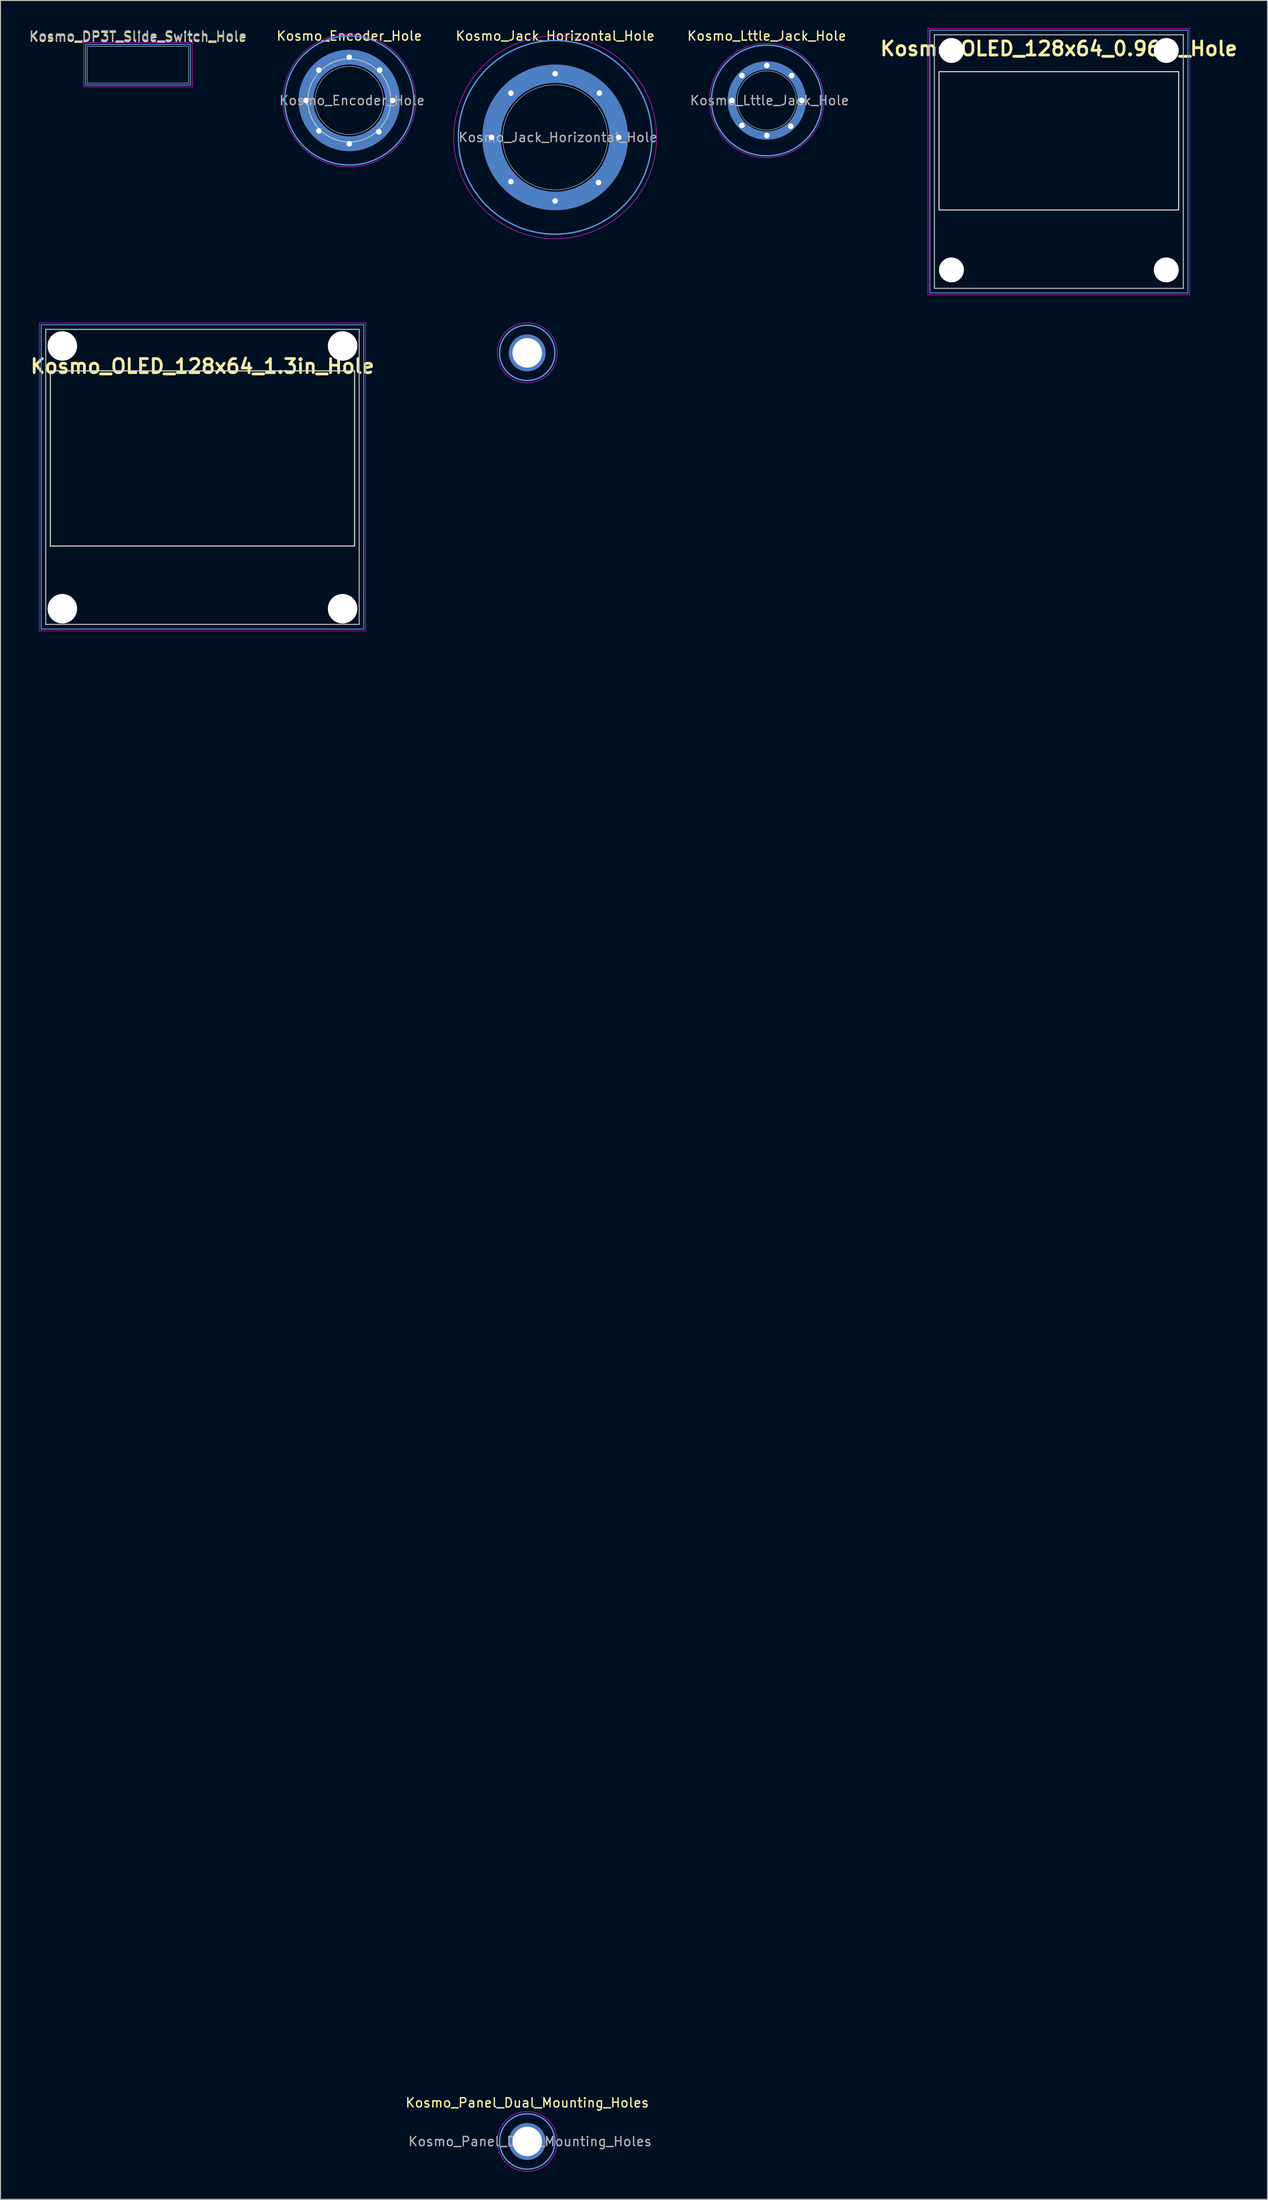
<source format=kicad_pcb>
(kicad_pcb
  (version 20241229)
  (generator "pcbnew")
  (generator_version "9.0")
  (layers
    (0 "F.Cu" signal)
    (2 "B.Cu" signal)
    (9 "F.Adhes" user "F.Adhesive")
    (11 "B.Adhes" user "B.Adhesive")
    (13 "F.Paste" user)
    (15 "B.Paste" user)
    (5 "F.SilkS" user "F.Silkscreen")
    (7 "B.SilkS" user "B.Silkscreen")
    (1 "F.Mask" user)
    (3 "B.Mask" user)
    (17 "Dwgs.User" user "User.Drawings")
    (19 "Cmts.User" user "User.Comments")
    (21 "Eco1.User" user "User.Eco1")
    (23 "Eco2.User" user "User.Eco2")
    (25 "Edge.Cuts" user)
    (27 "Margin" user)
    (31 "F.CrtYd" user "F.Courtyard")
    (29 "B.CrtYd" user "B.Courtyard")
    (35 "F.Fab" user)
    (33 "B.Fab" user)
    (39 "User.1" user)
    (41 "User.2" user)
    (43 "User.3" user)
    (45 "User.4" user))
  (footprint "Kosmo_Jack_Horizontal_Hole"
    (layer "F.Cu")
    (at 57.168 11.848)
    (property "Reference" "Kosmo_Jack_Horizontal_Hole" (at 0 -11 0) (layer "F.SilkS") (effects (font (size 1 1) (thickness 0.15))))
    (attr exclude_from_pos_files exclude_from_bom)
    (fp_circle (center 0 0) (end 10.5 0) (stroke (width 0.15) (type solid)) (fill no) (layer "Cmts.User"))
    (fp_circle (center 0 0) (end 5.7 0) (stroke (width 0.05) (type solid)) (fill no) (layer "Edge.Cuts"))
    (fp_circle (center 0 0) (end 11 0) (stroke (width 0.05) (type solid)) (fill no) (layer "F.CrtYd"))
    (fp_text user "${REFERENCE}" (at 0.3 0 0) (layer "F.Fab") (effects (font (size 1 1) (thickness 0.15))))
    (pad "1" smd custom (at -6.9 0) (size 0.5 0.5) (layers "F.Cu" "F.Mask" "F.Paste") (options (anchor circle)) (primitives (gr_circle (center 6.9 0) (end 13.8 0) (width 2) (fill no))))
    (pad "1" smd custom (at -6.9 0) (size 0.5 0.5) (layers "B.Cu" "B.Mask" "B.Paste") (options (anchor circle)) (primitives (gr_circle (center 6.9 0) (end 13.8 0) (width 2) (fill no))))
    (pad "1" thru_hole circle (at -6.9 0) (size 0.8 0.8) (drill 0.6) (layers "*.Cu" "*.Mask"))
    (pad "1" thru_hole circle (at -4.8 -4.8) (size 0.8 0.8) (drill 0.6) (layers "*.Cu" "*.Mask"))
    (pad "1" thru_hole circle (at -4.8 4.8) (size 0.8 0.8) (drill 0.6) (layers "*.Cu" "*.Mask"))
    (pad "1" thru_hole circle (at 0 -6.9) (size 0.8 0.8) (drill 0.6) (layers "*.Cu" "*.Mask"))
    (pad "1" thru_hole circle (at 0 6.9) (size 0.8 0.8) (drill 0.6) (layers "*.Cu" "*.Mask"))
    (pad "1" thru_hole circle (at 4.7 4.9) (size 0.8 0.8) (drill 0.6) (layers "*.Cu" "*.Mask"))
    (pad "1" thru_hole circle (at 4.8 -4.8) (size 0.8 0.8) (drill 0.6) (layers "*.Cu" "*.Mask"))
    (pad "1" thru_hole circle (at 6.9 0) (size 0.8 0.8) (drill 0.6) (layers "*.Cu" "*.Mask")))
  (footprint "Kosmo_OLED_128x64_0.96in_Hole"
    (layer "F.Cu")
    (at 111.805 12.225)
    (property "Reference" "Kosmo_OLED_128x64_0.96in_Hole" (at 0 -10 0) (layer "F.SilkS") (effects (font (size 1.524 1.524) (thickness 0.3))))
    (attr through_hole)
    (fp_rect (start -14 -12) (end 14 16.5) (stroke (width 0.1) (type solid)) (fill no) (layer "Cmts.User"))
    (fp_line (start -13 -7.5) (end 13 -7.5) (stroke (width 0.12) (type solid)) (layer "Edge.Cuts"))
    (fp_line (start -13 7.5) (end -13 -7.5) (stroke (width 0.12) (type solid)) (layer "Edge.Cuts"))
    (fp_line (start 13 -7.5) (end 13 7.5) (stroke (width 0.12) (type solid)) (layer "Edge.Cuts"))
    (fp_line (start 13 7.5) (end -13 7.5) (stroke (width 0.12) (type solid)) (layer "Edge.Cuts"))
    (fp_rect (start -14.2 -12.2) (end 14.2 16.7) (stroke (width 0.05) (type solid)) (fill no) (layer "F.CrtYd"))
    (fp_line (start -13.5 -11.5) (end 13.5 -11.5) (stroke (width 0.12) (type solid)) (layer "F.Fab"))
    (fp_line (start -13.5 16) (end -13.5 -11.5) (stroke (width 0.12) (type solid)) (layer "F.Fab"))
    (fp_line (start 13.5 -11.5) (end 13.5 16) (stroke (width 0.12) (type solid)) (layer "F.Fab"))
    (fp_line (start 13.5 16) (end -13.5 16) (stroke (width 0.12) (type solid)) (layer "F.Fab"))
    (pad "" np_thru_hole circle (at -11.65 -9.8) (size 2.7 2.7) (drill 2.7) (layers "*.Cu" "*.Mask"))
    (pad "" np_thru_hole circle (at -11.65 14) (size 2.7 2.7) (drill 2.7) (layers "*.Cu" "*.Mask"))
    (pad "" np_thru_hole circle (at 11.65 -9.8) (size 2.7 2.7) (drill 2.7) (layers "*.Cu" "*.Mask"))
    (pad "" np_thru_hole circle (at 11.65 14) (size 2.7 2.7) (drill 2.7) (layers "*.Cu" "*.Mask")))
  (footprint "Kosmo_Encoder_Hole"
    (layer "F.Cu")
    (at 34.837 7.848)
    (property "Reference" "Kosmo_Encoder_Hole" (at 0 -7 0) (layer "F.SilkS") (effects (font (size 1 1) (thickness 0.15))))
    (attr exclude_from_pos_files exclude_from_bom)
    (fp_circle (center 0 0) (end 0.1 4.5) (stroke (width 0.1) (type solid)) (fill no) (layer "Dwgs.User"))
    (fp_circle (center 0 0) (end 7 0) (stroke (width 0.15) (type solid)) (fill no) (layer "Cmts.User"))
    (fp_circle (center 0 0) (end 3.7 0) (stroke (width 0.05) (type solid)) (fill no) (layer "Edge.Cuts"))
    (fp_circle (center 0 0) (end 7.2 0) (stroke (width 0.05) (type solid)) (fill no) (layer "F.CrtYd"))
    (fp_text user "${REFERENCE}" (at 0.3 0 0) (layer "F.Fab") (effects (font (size 1 1) (thickness 0.15))))
    (pad "1" smd custom (at -4.7 0) (size 0.5 0.5) (layers "F.Cu" "F.Mask" "F.Paste") (options (anchor circle)) (primitives (gr_circle (center 4.7 0) (end 9.4 0) (width 1.6) (fill no))))
    (pad "1" smd custom (at -4.7 0) (size 0.5 0.5) (layers "B.Cu" "B.Mask" "B.Paste") (options (anchor circle)) (primitives (gr_circle (center 4.7 0) (end 9.4 0) (width 1.6) (fill no))))
    (pad "1" thru_hole circle (at -4.7 0) (size 0.8 0.8) (drill 0.6) (layers "*.Cu" "*.Mask"))
    (pad "1" thru_hole circle (at -3.3 -3.3) (size 0.8 0.8) (drill 0.6) (layers "*.Cu" "*.Mask"))
    (pad "1" thru_hole circle (at -3.3 3.3) (size 0.8 0.8) (drill 0.6) (layers "*.Cu" "*.Mask"))
    (pad "1" thru_hole circle (at 0 -4.7) (size 0.8 0.8) (drill 0.6) (layers "*.Cu" "*.Mask"))
    (pad "1" thru_hole circle (at 0 4.7) (size 0.8 0.8) (drill 0.6) (layers "*.Cu" "*.Mask"))
    (pad "1" thru_hole circle (at 3.2 3.4) (size 0.8 0.8) (drill 0.6) (layers "*.Cu" "*.Mask"))
    (pad "1" thru_hole circle (at 3.3 -3.3) (size 0.8 0.8) (drill 0.6) (layers "*.Cu" "*.Mask"))
    (pad "1" thru_hole circle (at 4.7 0) (size 0.8 0.8) (drill 0.6) (layers "*.Cu" "*.Mask")))
  (footprint "Kosmo_Lttle_Jack_Hole"
    (layer "F.Cu")
    (at 80.123 7.848)
    (property "Reference" "Kosmo_Lttle_Jack_Hole" (at 0 -7 0) (layer "F.SilkS") (effects (font (size 1 1) (thickness 0.15))))
    (attr exclude_from_pos_files exclude_from_bom)
    (fp_circle (center 0 0) (end 6 0) (stroke (width 0.15) (type solid)) (fill no) (layer "Cmts.User"))
    (fp_circle (center 0 0) (end 3.2 0) (stroke (width 0.05) (type solid)) (fill no) (layer "Edge.Cuts"))
    (fp_circle (center 0 0) (end 6.2 0) (stroke (width 0.05) (type solid)) (fill no) (layer "F.CrtYd"))
    (fp_text user "${REFERENCE}" (at 0.3 0 0) (layer "F.Fab") (effects (font (size 1 1) (thickness 0.15))))
    (pad "1" smd custom (at -3.8 0) (size 0.5 0.5) (layers "F.Cu" "F.Mask" "F.Paste") (options (anchor circle)) (primitives (gr_circle (center 3.8 0) (end 7.6 0) (width 0.9) (fill no))))
    (pad "1" smd custom (at -3.8 0) (size 0.5 0.5) (layers "B.Cu" "B.Mask" "B.Paste") (options (anchor circle)) (primitives (gr_circle (center 3.8 0) (end 7.6 0) (width 0.9) (fill no))))
    (pad "1" thru_hole circle (at -3.8 0) (size 0.8 0.8) (drill 0.6) (layers "*.Cu" "*.Mask"))
    (pad "1" thru_hole circle (at -2.7 -2.7) (size 0.8 0.8) (drill 0.6) (layers "*.Cu" "*.Mask"))
    (pad "1" thru_hole circle (at -2.7 2.7) (size 0.8 0.8) (drill 0.6) (layers "*.Cu" "*.Mask"))
    (pad "1" thru_hole circle (at 0 -3.8) (size 0.8 0.8) (drill 0.6) (layers "*.Cu" "*.Mask"))
    (pad "1" thru_hole circle (at 0 3.8) (size 0.8 0.8) (drill 0.6) (layers "*.Cu" "*.Mask"))
    (pad "1" thru_hole circle (at 2.6 2.8) (size 0.8 0.8) (drill 0.6) (layers "*.Cu" "*.Mask"))
    (pad "1" thru_hole circle (at 2.7 -2.7) (size 0.8 0.8) (drill 0.6) (layers "*.Cu" "*.Mask"))
    (pad "1" thru_hole circle (at 3.8 0) (size 0.8 0.8) (drill 0.6) (layers "*.Cu" "*.Mask")))
  (footprint "Kosmo_OLED_128x64_1.3in_Hole"
    (layer "F.Cu")
    (at 18.912 46.675)
    (property "Reference" "Kosmo_OLED_128x64_1.3in_Hole" (at 0 -10 0) (layer "F.SilkS") (effects (font (size 1.524 1.524) (thickness 0.3))))
    (attr through_hole)
    (fp_rect (start -17.5 -14.5) (end 17.5 18.5) (stroke (width 0.1) (type solid)) (fill no) (layer "Cmts.User"))
    (fp_line (start -16.5 -9.5) (end 16.5 -9.5) (stroke (width 0.12) (type solid)) (layer "Edge.Cuts"))
    (fp_line (start -16.5 9.5) (end -16.5 -9.5) (stroke (width 0.12) (type solid)) (layer "Edge.Cuts"))
    (fp_line (start 16.5 -9.5) (end 16.5 9.5) (stroke (width 0.12) (type solid)) (layer "Edge.Cuts"))
    (fp_line (start 16.5 9.5) (end -16.5 9.5) (stroke (width 0.12) (type solid)) (layer "Edge.Cuts"))
    (fp_rect (start -17.7 -14.7) (end 17.7 18.7) (stroke (width 0.05) (type solid)) (fill no) (layer "F.CrtYd"))
    (fp_line (start -17 -14) (end 17 -14) (stroke (width 0.12) (type solid)) (layer "F.Fab"))
    (fp_line (start -17 18) (end -17 -14) (stroke (width 0.12) (type solid)) (layer "F.Fab"))
    (fp_line (start 17 -14) (end 17 18) (stroke (width 0.12) (type solid)) (layer "F.Fab"))
    (fp_line (start 17 18) (end -17 18) (stroke (width 0.12) (type solid)) (layer "F.Fab"))
    (pad "" np_thru_hole circle (at -15.2 -12.2) (size 3.2 3.2) (drill 3.2) (layers "*.Cu" "*.Mask"))
    (pad "" np_thru_hole circle (at -15.2 16.3) (size 3.2 3.2) (drill 3.2) (layers "*.Cu" "*.Mask"))
    (pad "" np_thru_hole circle (at 15.2 -12.2) (size 3.2 3.2) (drill 3.2) (layers "*.Cu" "*.Mask"))
    (pad "" np_thru_hole circle (at 15.2 16.3) (size 3.2 3.2) (drill 3.2) (layers "*.Cu" "*.Mask")))
  (footprint "Kosmo_DP3T_Slide_Switch_Hole"
    (layer "F.Cu")
    (at 11.911 3.968)
    (property "Reference" "Kosmo_DP3T_Slide_Switch_Hole" (at 0 -3 0) (unlocked yes) (layer "F.SilkS") (effects (font (size 1 1) (thickness 0.15))))
    (attr through_hole)
    (fp_rect (start -5.7 -2.2) (end 5.7 2.2) (stroke (width 0.1) (type solid)) (fill no) (layer "Cmts.User"))
    (fp_rect (start -5.5 -2) (end 5.5 2) (stroke (width 0.05) (type solid)) (fill no) (layer "Edge.Cuts"))
    (fp_rect (start -5.9 -2.4) (end 5.9 2.4) (stroke (width 0.05) (type solid)) (fill no) (layer "F.CrtYd"))
    (fp_text user "${REFERENCE}" (at 0.01 -3.12 0) (unlocked yes) (layer "F.Fab") (effects (font (size 1 1) (thickness 0.15)))))
  (footprint "Kosmo_Panel_Dual_Mounting_Holes"
    (layer "F.Cu")
    (at 54.14 229.225)
    (property "Reference" "Kosmo_Panel_Dual_Mounting_Holes" (at 0 -4.2 0) (layer "F.SilkS") (effects (font (size 1 1) (thickness 0.15))))
    (attr exclude_from_pos_files exclude_from_bom)
    (fp_circle (center 0 -194) (end 3 -194) (stroke (width 0.15) (type solid)) (fill no) (layer "Cmts.User"))
    (fp_circle (center 0 0) (end 3 0) (stroke (width 0.15) (type solid)) (fill no) (layer "Cmts.User"))
    (fp_circle (center 0 -194) (end 3.25 -194) (stroke (width 0.05) (type solid)) (fill no) (layer "F.CrtYd"))
    (fp_circle (center 0 0) (end 3.25 0) (stroke (width 0.05) (type solid)) (fill no) (layer "F.CrtYd"))
    (fp_text user "${REFERENCE}" (at 0.3 0 0) (layer "F.Fab") (effects (font (size 1 1) (thickness 0.15))))
    (pad "1" thru_hole circle (at 0 -194) (size 4 4) (drill 3.2) (layers "*.Cu" "*.Mask"))
    (pad "1" thru_hole circle (at 0 0) (size 4 4) (drill 3.2) (layers "*.Cu" "*.Mask")))
  (gr_rect
    (start -3 -3)
    (end 134.443 235.5)
    (stroke (width 0.1) (type default))
    (fill no)
    (layer "Edge.Cuts")))
</source>
